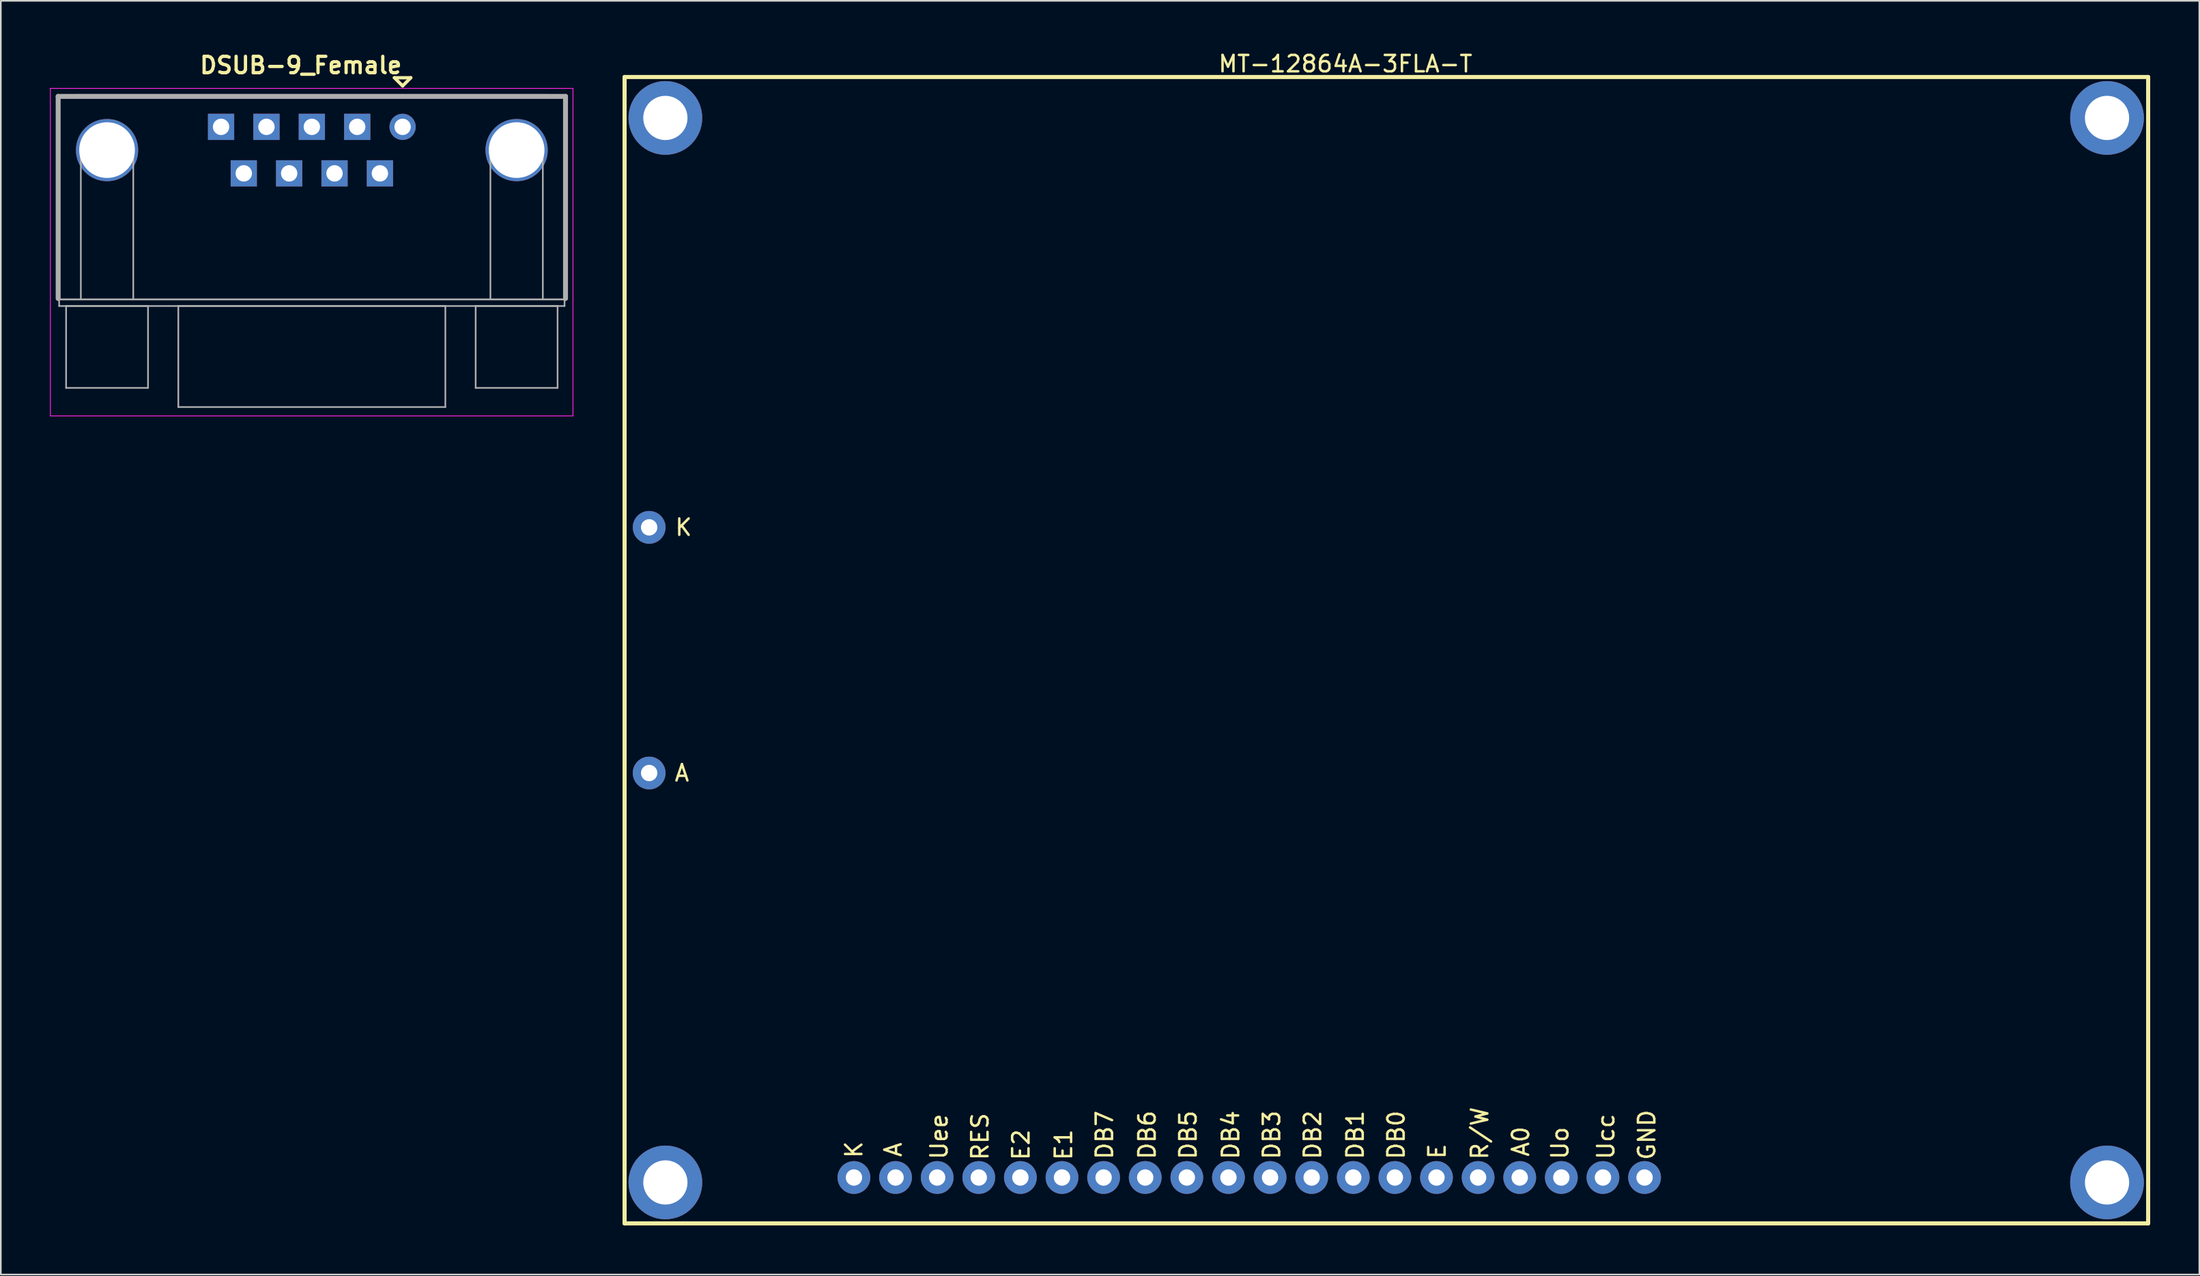
<source format=kicad_pcb>
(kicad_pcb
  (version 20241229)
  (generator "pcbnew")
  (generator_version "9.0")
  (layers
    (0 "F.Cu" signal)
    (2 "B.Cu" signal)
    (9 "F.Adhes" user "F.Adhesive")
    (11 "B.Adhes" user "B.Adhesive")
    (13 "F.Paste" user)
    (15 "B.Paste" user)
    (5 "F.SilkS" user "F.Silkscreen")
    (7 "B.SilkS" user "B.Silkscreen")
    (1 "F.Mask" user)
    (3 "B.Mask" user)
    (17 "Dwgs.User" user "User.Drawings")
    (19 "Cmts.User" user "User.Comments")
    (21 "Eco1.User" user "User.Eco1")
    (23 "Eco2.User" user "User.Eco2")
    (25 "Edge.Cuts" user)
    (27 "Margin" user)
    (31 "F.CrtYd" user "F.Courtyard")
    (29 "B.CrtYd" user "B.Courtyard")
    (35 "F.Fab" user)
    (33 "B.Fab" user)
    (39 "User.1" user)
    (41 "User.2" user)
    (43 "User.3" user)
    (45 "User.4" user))
  (footprint "MT-12864A-3FLA-T"
    (layer "F.Cu")
    (at 49.075 68.852)
    (property "Reference" "MT-12864A-3FLA-T" (at 29.999 -68.004 0) (layer "F.SilkS") (effects (font (size 1 1) (thickness 0.15))))
    (attr through_hole)
    (fp_line (start -14 2.8) (end -14 -67.2) (stroke (width 0.25) (type solid)) (layer "F.SilkS"))
    (fp_line (start 79 -67.2) (end -14 -67.2) (stroke (width 0.25) (type solid)) (layer "F.SilkS"))
    (fp_line (start 79 -67.2) (end 79 2.8) (stroke (width 0.25) (type solid)) (layer "F.SilkS"))
    (fp_line (start 79 2.8) (end -14 2.8) (stroke (width 0.25) (type solid)) (layer "F.SilkS"))
    (fp_text user "A" (at -10.5 -24.7 0) (layer "F.SilkS") (effects (font (size 1 1) (thickness 0.15))))
    (fp_text user "A0" (at 40.7 -2.2 90) (layer "F.SilkS") (effects (font (size 1 1) (thickness 0.15))))
    (fp_text user "E" (at 35.6 -1.6 90) (layer "F.SilkS") (effects (font (size 1 1) (thickness 0.15))))
    (fp_text user "Uee" (at 5.2 -2.5 90) (layer "F.SilkS") (effects (font (size 1 1) (thickness 0.15))))
    (fp_text user "K" (at 0 -1.7 90) (layer "F.SilkS") (effects (font (size 1 1) (thickness 0.15))))
    (fp_text user "RES" (at 7.7 -2.5 90) (layer "F.SilkS") (effects (font (size 1 1) (thickness 0.15))))
    (fp_text user "Uo" (at 43.1 -2.1 90) (layer "F.SilkS") (effects (font (size 1 1) (thickness 0.15))))
    (fp_text user "R/W" (at 38.2 -2.7 90) (layer "F.SilkS") (effects (font (size 1 1) (thickness 0.15))))
    (fp_text user "DB2" (at 28 -2.6 90) (layer "F.SilkS") (effects (font (size 1 1) (thickness 0.15))))
    (fp_text user "DB4" (at 23 -2.6 90) (layer "F.SilkS") (effects (font (size 1 1) (thickness 0.15))))
    (fp_text user "DB3" (at 25.5 -2.6 90) (layer "F.SilkS") (effects (font (size 1 1) (thickness 0.15))))
    (fp_text user "GND" (at 48.4 -2.6 90) (layer "F.SilkS") (effects (font (size 1 1) (thickness 0.15))))
    (fp_text user "DB1" (at 30.6 -2.6 90) (layer "F.SilkS") (effects (font (size 1 1) (thickness 0.15))))
    (fp_text user "K" (at -10.4 -39.7 0) (layer "F.SilkS") (effects (font (size 1 1) (thickness 0.15))))
    (fp_text user "DB0" (at 33.1 -2.6 90) (layer "F.SilkS") (effects (font (size 1 1) (thickness 0.15))))
    (fp_text user "A" (at 2.4 -1.7 90) (layer "F.SilkS") (effects (font (size 1 1) (thickness 0.15))))
    (fp_text user "DB7" (at 15.3 -2.6 90) (layer "F.SilkS") (effects (font (size 1 1) (thickness 0.15))))
    (fp_text user "E2" (at 10.2 -2 90) (layer "F.SilkS") (effects (font (size 1 1) (thickness 0.15))))
    (fp_text user "E1" (at 12.8 -2 90) (layer "F.SilkS") (effects (font (size 1 1) (thickness 0.15))))
    (fp_text user "DB5" (at 20.4 -2.6 90) (layer "F.SilkS") (effects (font (size 1 1) (thickness 0.15))))
    (fp_text user "DB6" (at 17.9 -2.6 90) (layer "F.SilkS") (effects (font (size 1 1) (thickness 0.15))))
    (fp_text user "Ucc" (at 45.9 -2.5 90) (layer "F.SilkS") (effects (font (size 1 1) (thickness 0.15))))
    (pad "" thru_hole circle (at -11.51 -64.7) (size 4.5 4.5) (drill 2.7) (layers "*.Cu" "*.Mask"))
    (pad "" thru_hole circle (at -11.51 0.3) (size 4.5 4.5) (drill 2.7) (layers "*.Cu" "*.Mask"))
    (pad "" thru_hole circle (at 76.49 -64.7) (size 4.5 4.5) (drill 2.7) (layers "*.Cu" "*.Mask"))
    (pad "" thru_hole circle (at 76.49 0.3) (size 4.5 4.5) (drill 2.7) (layers "*.Cu" "*.Mask"))
    (pad "1" thru_hole circle (at 48.26 0) (size 2 2) (drill 1) (layers "*.Cu" "*.Mask"))
    (pad "2" thru_hole circle (at 45.72 0) (size 2 2) (drill 1) (layers "*.Cu" "*.Mask"))
    (pad "3" thru_hole circle (at 43.18 0) (size 2 2) (drill 1) (layers "*.Cu" "*.Mask"))
    (pad "4" thru_hole circle (at 40.64 0) (size 2 2) (drill 1) (layers "*.Cu" "*.Mask"))
    (pad "5" thru_hole circle (at 38.1 0) (size 2 2) (drill 1) (layers "*.Cu" "*.Mask"))
    (pad "6" thru_hole circle (at 35.56 0) (size 2 2) (drill 1) (layers "*.Cu" "*.Mask"))
    (pad "7" thru_hole circle (at 33.02 0) (size 2 2) (drill 1) (layers "*.Cu" "*.Mask"))
    (pad "8" thru_hole circle (at 30.48 0) (size 2 2) (drill 1) (layers "*.Cu" "*.Mask"))
    (pad "9" thru_hole circle (at 27.94 0) (size 2 2) (drill 1) (layers "*.Cu" "*.Mask"))
    (pad "10" thru_hole circle (at 25.4 0) (size 2 2) (drill 1) (layers "*.Cu" "*.Mask"))
    (pad "11" thru_hole circle (at 22.86 0) (size 2 2) (drill 1) (layers "*.Cu" "*.Mask"))
    (pad "12" thru_hole circle (at 20.32 0) (size 2 2) (drill 1) (layers "*.Cu" "*.Mask"))
    (pad "13" thru_hole circle (at 17.78 0) (size 2 2) (drill 1) (layers "*.Cu" "*.Mask"))
    (pad "14" thru_hole circle (at 15.24 0) (size 2 2) (drill 1) (layers "*.Cu" "*.Mask"))
    (pad "15" thru_hole circle (at 12.7 0) (size 2 2) (drill 1) (layers "*.Cu" "*.Mask"))
    (pad "16" thru_hole circle (at 10.16 0) (size 2 2) (drill 1) (layers "*.Cu" "*.Mask"))
    (pad "17" thru_hole circle (at 7.62 0) (size 2 2) (drill 1) (layers "*.Cu" "*.Mask"))
    (pad "18" thru_hole circle (at 5.08 0) (size 2 2) (drill 1) (layers "*.Cu" "*.Mask"))
    (pad "19" thru_hole circle (at -12.5 -24.7) (size 2 2) (drill 1) (layers "*.Cu" "*.Mask"))
    (pad "19" thru_hole circle (at 2.54 0) (size 2 2) (drill 1) (layers "*.Cu" "*.Mask"))
    (pad "20" thru_hole circle (at -12.5 -39.7) (size 2 2) (drill 1) (layers "*.Cu" "*.Mask"))
    (pad "20" thru_hole circle (at 0 0) (size 2 2) (drill 1) (layers "*.Cu" "*.Mask")))
  (footprint "DSUB-9_Female"
    (layer "F.Cu")
    (at 21.525 4.696)
    (property "Reference" "DSUB-9_Female" (at -6.21 -3.76 0) (layer "F.SilkS") (effects (font (size 1 1) (thickness 0.2))))
    (attr through_hole)
    (fp_line (start -0.5 -3) (end 0 -2.5) (stroke (width 0.2) (type solid)) (layer "F.SilkS"))
    (fp_line (start 0 -2.5) (end 0.5 -3) (stroke (width 0.2) (type solid)) (layer "F.SilkS"))
    (fp_line (start 0.5 -3) (end -0.5 -3) (stroke (width 0.2) (type solid)) (layer "F.SilkS"))
    (fp_line (start 8.8 -1.9) (end -19.9 -1.9) (stroke (width 0.2) (type solid)) (layer "F.SilkS"))
    (fp_line (start -21.5 -2.35) (end -21.5 17.65) (stroke (width 0.05) (type solid)) (layer "F.CrtYd"))
    (fp_line (start -21.5 17.65) (end 10.4 17.65) (stroke (width 0.05) (type solid)) (layer "F.CrtYd"))
    (fp_line (start 10.4 -2.35) (end -21.5 -2.35) (stroke (width 0.05) (type solid)) (layer "F.CrtYd"))
    (fp_line (start 10.4 17.65) (end 10.4 -2.35) (stroke (width 0.05) (type solid)) (layer "F.CrtYd"))
    (fp_line (start -21.025 -1.86) (end 9.945 -1.86) (stroke (width 0.3) (type solid)) (layer "F.Fab"))
    (fp_line (start -21.025 10.48) (end -21.025 -1.86) (stroke (width 0.3) (type solid)) (layer "F.Fab"))
    (fp_line (start -20.965 -1.8) (end -20.965 10.54) (stroke (width 0.1) (type solid)) (layer "F.Fab"))
    (fp_line (start -20.965 10.54) (end -20.965 10.94) (stroke (width 0.1) (type solid)) (layer "F.Fab"))
    (fp_line (start -20.965 10.54) (end 9.885 10.54) (stroke (width 0.1) (type solid)) (layer "F.Fab"))
    (fp_line (start -20.965 10.94) (end 9.885 10.94) (stroke (width 0.1) (type solid)) (layer "F.Fab"))
    (fp_line (start -20.54 10.94) (end -20.54 15.94) (stroke (width 0.1) (type solid)) (layer "F.Fab"))
    (fp_line (start -20.54 15.94) (end -15.54 15.94) (stroke (width 0.1) (type solid)) (layer "F.Fab"))
    (fp_line (start -19.64 10.54) (end -19.64 1.42) (stroke (width 0.1) (type solid)) (layer "F.Fab"))
    (fp_line (start -16.44 10.54) (end -16.44 1.42) (stroke (width 0.1) (type solid)) (layer "F.Fab"))
    (fp_line (start -15.54 10.94) (end -20.54 10.94) (stroke (width 0.1) (type solid)) (layer "F.Fab"))
    (fp_line (start -15.54 15.94) (end -15.54 10.94) (stroke (width 0.1) (type solid)) (layer "F.Fab"))
    (fp_line (start -13.69 10.94) (end -13.69 17.11) (stroke (width 0.1) (type solid)) (layer "F.Fab"))
    (fp_line (start -13.69 17.11) (end 2.61 17.11) (stroke (width 0.1) (type solid)) (layer "F.Fab"))
    (fp_line (start 2.61 10.94) (end -13.69 10.94) (stroke (width 0.1) (type solid)) (layer "F.Fab"))
    (fp_line (start 2.61 17.11) (end 2.61 10.94) (stroke (width 0.1) (type solid)) (layer "F.Fab"))
    (fp_line (start 4.46 10.94) (end 4.46 15.94) (stroke (width 0.1) (type solid)) (layer "F.Fab"))
    (fp_line (start 4.46 15.94) (end 9.46 15.94) (stroke (width 0.1) (type solid)) (layer "F.Fab"))
    (fp_line (start 5.36 10.54) (end 5.36 1.42) (stroke (width 0.1) (type solid)) (layer "F.Fab"))
    (fp_line (start 8.56 10.54) (end 8.56 1.42) (stroke (width 0.1) (type solid)) (layer "F.Fab"))
    (fp_line (start 9.46 10.94) (end 4.46 10.94) (stroke (width 0.1) (type solid)) (layer "F.Fab"))
    (fp_line (start 9.46 15.94) (end 9.46 10.94) (stroke (width 0.1) (type solid)) (layer "F.Fab"))
    (fp_line (start 9.885 -1.8) (end -20.965 -1.8) (stroke (width 0.1) (type solid)) (layer "F.Fab"))
    (fp_line (start 9.885 10.54) (end -20.965 10.54) (stroke (width 0.1) (type solid)) (layer "F.Fab"))
    (fp_line (start 9.885 10.54) (end 9.885 -1.8) (stroke (width 0.1) (type solid)) (layer "F.Fab"))
    (fp_line (start 9.885 10.94) (end 9.885 10.54) (stroke (width 0.1) (type solid)) (layer "F.Fab"))
    (fp_line (start 9.945 -1.86) (end 9.945 10.48) (stroke (width 0.3) (type solid)) (layer "F.Fab"))
    (fp_arc (start -19.64 1.42) (mid -18.04 -0.18) (end -16.44 1.42) (stroke (width 0.1) (type solid)) (layer "F.Fab"))
    (fp_arc (start 5.36 1.42) (mid 6.96 -0.18) (end 8.56 1.42) (stroke (width 0.1) (type solid)) (layer "F.Fab"))
    (pad "0" thru_hole circle (at -18.04 1.42) (size 3.8 3.8) (drill 3.4) (layers "*.Cu" "*.Mask"))
    (pad "0" thru_hole circle (at 6.96 1.42) (size 3.8 3.8) (drill 3.4) (layers "*.Cu" "*.Mask"))
    (pad "1" thru_hole circle (at 0 0) (size 1.6 1.6) (drill 1) (layers "*.Cu" "*.Mask"))
    (pad "2" thru_hole rect (at -2.77 0) (size 1.6 1.6) (drill 1) (layers "*.Cu" "*.Mask"))
    (pad "3" thru_hole rect (at -5.54 0) (size 1.6 1.6) (drill 1) (layers "*.Cu" "*.Mask"))
    (pad "4" thru_hole rect (at -8.31 0) (size 1.6 1.6) (drill 1) (layers "*.Cu" "*.Mask"))
    (pad "5" thru_hole rect (at -11.08 0) (size 1.6 1.6) (drill 1) (layers "*.Cu" "*.Mask"))
    (pad "6" thru_hole rect (at -1.385 2.84) (size 1.6 1.6) (drill 1) (layers "*.Cu" "*.Mask"))
    (pad "7" thru_hole rect (at -4.155 2.84) (size 1.6 1.6) (drill 1) (layers "*.Cu" "*.Mask"))
    (pad "8" thru_hole rect (at -6.925 2.84) (size 1.6 1.6) (drill 1) (layers "*.Cu" "*.Mask"))
    (pad "9" thru_hole rect (at -9.695 2.84) (size 1.6 1.6) (drill 1) (layers "*.Cu" "*.Mask")))
  (gr_rect
    (start -3 -3)
    (end 131.2 74.777)
    (stroke (width 0.1) (type default))
    (fill no)
    (layer "Edge.Cuts")))
</source>
